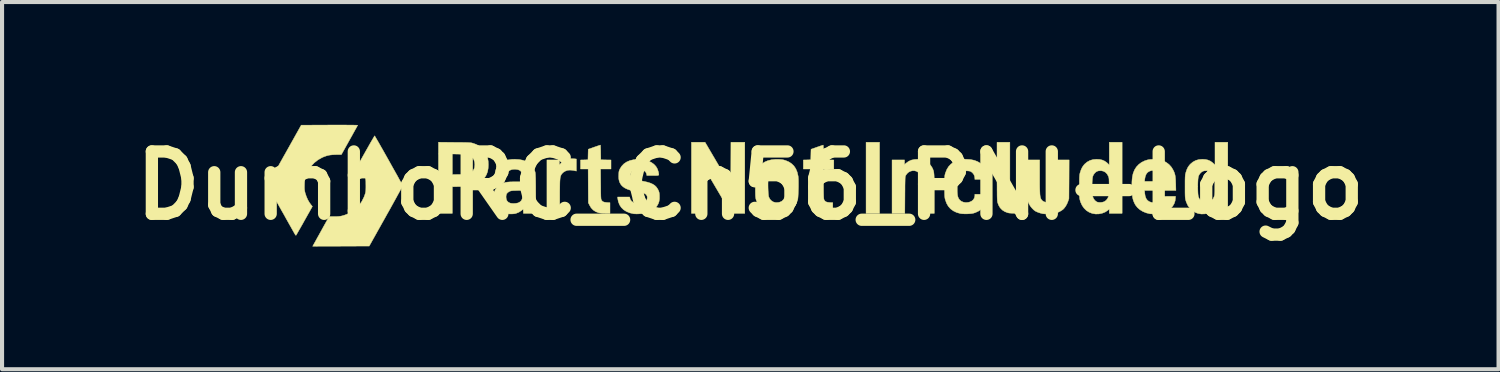
<source format=kicad_pcb>
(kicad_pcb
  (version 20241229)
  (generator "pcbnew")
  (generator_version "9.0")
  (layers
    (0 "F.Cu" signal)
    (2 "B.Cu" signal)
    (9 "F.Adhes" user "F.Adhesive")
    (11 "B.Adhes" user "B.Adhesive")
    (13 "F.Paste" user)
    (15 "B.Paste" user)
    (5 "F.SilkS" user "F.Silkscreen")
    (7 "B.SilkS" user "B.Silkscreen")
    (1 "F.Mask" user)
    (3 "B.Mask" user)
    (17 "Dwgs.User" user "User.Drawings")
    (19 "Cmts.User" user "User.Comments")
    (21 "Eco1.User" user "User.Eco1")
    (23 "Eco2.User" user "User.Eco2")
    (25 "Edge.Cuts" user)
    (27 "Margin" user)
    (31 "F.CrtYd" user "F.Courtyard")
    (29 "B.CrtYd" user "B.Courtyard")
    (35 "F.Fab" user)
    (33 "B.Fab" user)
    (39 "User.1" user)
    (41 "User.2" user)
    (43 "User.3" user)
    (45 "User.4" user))
  (footprint "DumboRC_Ch56_PNI-Logo"
    (layer "F.Cu")
    (at 15.284 1.485)
    (property "Reference" "DumboRC_Ch56_PNI-Logo" (at 0 0 0) (layer "F.SilkS") (effects (font (size 1.524 1.524) (thickness 0.3))))
    (attr through_hole)
    (fp_poly (pts (xy 3.158 0.677) (xy 2.828 0.677) (xy 2.828 -1.058) (xy 3.158 -1.058) (xy 3.158 0.677)) (stroke (width 0.01) (type solid)) (fill yes) (layer "F.SilkS"))
    (fp_poly (pts (xy -0.135 0.677) (xy -0.472 0.677) (xy -0.784 0.147) (xy -1.096 -0.383) (xy -1.099 0.147) (xy -1.101 0.677) (xy -1.439 0.677) (xy -1.439 -1.058) (xy -1.272 -1.058) (xy -1.105 -1.058) (xy -0.792 -0.525) (xy -0.478 0.008) (xy -0.476 -0.525) (xy -0.474 -1.058) (xy -0.135 -1.058) (xy -0.135 0.677)) (stroke (width 0.01) (type solid)) (fill yes) (layer "F.SilkS"))
    (fp_poly (pts (xy -4.312 -0.656) (xy -4.25 -0.65) (xy -4.25 -0.354) (xy -4.269 -0.359) (xy -4.32 -0.37) (xy -4.374 -0.377) (xy -4.424 -0.378) (xy -4.464 -0.374) (xy -4.516 -0.356) (xy -4.563 -0.329) (xy -4.599 -0.295) (xy -4.609 -0.282) (xy -4.62 -0.266) (xy -4.628 -0.25) (xy -4.635 -0.232) (xy -4.641 -0.211) (xy -4.646 -0.186) (xy -4.649 -0.155) (xy -4.652 -0.116) (xy -4.654 -0.068) (xy -4.655 -0.01) (xy -4.656 0.061) (xy -4.657 0.145) (xy -4.657 0.244) (xy -4.657 0.264) (xy -4.657 0.677) (xy -4.97 0.677) (xy -4.97 -0.627) (xy -4.665 -0.627) (xy -4.665 -0.506) (xy -4.626 -0.549) (xy -4.575 -0.594) (xy -4.513 -0.627) (xy -4.443 -0.649) (xy -4.367 -0.658) (xy -4.312 -0.656)) (stroke (width 0.01) (type solid)) (fill yes) (layer "F.SilkS"))
    (fp_poly (pts (xy 6.342 -0.375) (xy 6.342 -0.241) (xy 6.342 -0.123) (xy 6.343 -0.021) (xy 6.344 0.067) (xy 6.344 0.141) (xy 6.345 0.202) (xy 6.346 0.251) (xy 6.348 0.288) (xy 6.349 0.315) (xy 6.351 0.332) (xy 6.353 0.338) (xy 6.366 0.365) (xy 6.385 0.384) (xy 6.413 0.396) (xy 6.453 0.403) (xy 6.49 0.405) (xy 6.57 0.408) (xy 6.57 0.677) (xy 6.454 0.677) (xy 6.392 0.675) (xy 6.34 0.672) (xy 6.301 0.666) (xy 6.292 0.664) (xy 6.218 0.636) (xy 6.156 0.596) (xy 6.104 0.543) (xy 6.066 0.478) (xy 6.041 0.41) (xy 6.039 0.399) (xy 6.037 0.385) (xy 6.035 0.367) (xy 6.034 0.343) (xy 6.032 0.312) (xy 6.031 0.274) (xy 6.03 0.227) (xy 6.03 0.171) (xy 6.029 0.103) (xy 6.029 0.023) (xy 6.028 -0.07) (xy 6.028 -0.178) (xy 6.028 -0.301) (xy 6.028 -0.349) (xy 6.028 -1.058) (xy 6.342 -1.058) (xy 6.342 -0.375)) (stroke (width 0.01) (type solid)) (fill yes) (layer "F.SilkS"))
    (fp_poly (pts (xy -3.662 -0.983) (xy -3.66 -0.96) (xy -3.659 -0.925) (xy -3.657 -0.881) (xy -3.656 -0.83) (xy -3.656 -0.811) (xy -3.653 -0.631) (xy -3.528 -0.628) (xy -3.404 -0.626) (xy -3.404 -0.406) (xy -3.659 -0.406) (xy -3.656 -0.04) (xy -3.655 0.048) (xy -3.655 0.121) (xy -3.654 0.181) (xy -3.653 0.228) (xy -3.652 0.265) (xy -3.65 0.293) (xy -3.649 0.314) (xy -3.646 0.329) (xy -3.643 0.34) (xy -3.64 0.349) (xy -3.636 0.356) (xy -3.618 0.379) (xy -3.594 0.396) (xy -3.561 0.406) (xy -3.515 0.412) (xy -3.499 0.413) (xy -3.429 0.417) (xy -3.429 0.677) (xy -3.545 0.677) (xy -3.609 0.675) (xy -3.662 0.671) (xy -3.701 0.666) (xy -3.708 0.664) (xy -3.78 0.636) (xy -3.841 0.596) (xy -3.891 0.542) (xy -3.926 0.484) (xy -3.958 0.42) (xy -3.961 0.007) (xy -3.963 -0.406) (xy -4.149 -0.406) (xy -4.149 -0.626) (xy -4.058 -0.628) (xy -3.967 -0.631) (xy -3.964 -0.76) (xy -3.963 -0.804) (xy -3.962 -0.842) (xy -3.961 -0.871) (xy -3.96 -0.887) (xy -3.96 -0.889) (xy -3.951 -0.892) (xy -3.929 -0.899) (xy -3.897 -0.91) (xy -3.856 -0.925) (xy -3.814 -0.94) (xy -3.767 -0.956) (xy -3.727 -0.97) (xy -3.694 -0.981) (xy -3.672 -0.988) (xy -3.664 -0.991) (xy -3.662 -0.983)) (stroke (width 0.01) (type solid)) (fill yes) (layer "F.SilkS"))
    (fp_poly (pts (xy 1.782 -0.983) (xy 1.784 -0.96) (xy 1.786 -0.925) (xy 1.787 -0.881) (xy 1.788 -0.83) (xy 1.788 -0.811) (xy 1.791 -0.631) (xy 1.916 -0.628) (xy 2.04 -0.626) (xy 2.04 -0.406) (xy 1.785 -0.406) (xy 1.788 -0.04) (xy 1.789 0.048) (xy 1.789 0.121) (xy 1.79 0.181) (xy 1.791 0.228) (xy 1.792 0.265) (xy 1.794 0.293) (xy 1.795 0.314) (xy 1.798 0.329) (xy 1.801 0.34) (xy 1.804 0.349) (xy 1.808 0.356) (xy 1.826 0.379) (xy 1.85 0.396) (xy 1.883 0.406) (xy 1.929 0.412) (xy 1.945 0.413) (xy 2.015 0.417) (xy 2.015 0.677) (xy 1.899 0.677) (xy 1.835 0.675) (xy 1.782 0.671) (xy 1.743 0.666) (xy 1.736 0.664) (xy 1.664 0.636) (xy 1.603 0.596) (xy 1.553 0.542) (xy 1.518 0.484) (xy 1.486 0.42) (xy 1.483 0.007) (xy 1.481 -0.406) (xy 1.295 -0.406) (xy 1.295 -0.626) (xy 1.386 -0.628) (xy 1.477 -0.631) (xy 1.48 -0.76) (xy 1.481 -0.804) (xy 1.482 -0.842) (xy 1.483 -0.871) (xy 1.484 -0.887) (xy 1.485 -0.889) (xy 1.493 -0.892) (xy 1.515 -0.899) (xy 1.547 -0.91) (xy 1.588 -0.925) (xy 1.63 -0.94) (xy 1.677 -0.956) (xy 1.718 -0.97) (xy 1.75 -0.981) (xy 1.772 -0.988) (xy 1.78 -0.991) (xy 1.782 -0.983)) (stroke (width 0.01) (type solid)) (fill yes) (layer "F.SilkS"))
    (fp_poly (pts (xy 4.165 -0.638) (xy 4.239 -0.62) (xy 4.304 -0.589) (xy 4.361 -0.544) (xy 4.381 -0.524) (xy 4.407 -0.492) (xy 4.431 -0.458) (xy 4.448 -0.429) (xy 4.458 -0.408) (xy 4.466 -0.388) (xy 4.473 -0.369) (xy 4.479 -0.347) (xy 4.484 -0.322) (xy 4.487 -0.293) (xy 4.49 -0.258) (xy 4.492 -0.214) (xy 4.494 -0.162) (xy 4.495 -0.099) (xy 4.495 -0.025) (xy 4.496 0.064) (xy 4.496 0.167) (xy 4.496 0.201) (xy 4.496 0.677) (xy 4.183 0.677) (xy 4.183 0.242) (xy 4.183 0.144) (xy 4.182 0.062) (xy 4.182 -0.006) (xy 4.182 -0.061) (xy 4.181 -0.106) (xy 4.18 -0.141) (xy 4.179 -0.169) (xy 4.177 -0.19) (xy 4.175 -0.206) (xy 4.172 -0.219) (xy 4.169 -0.231) (xy 4.165 -0.24) (xy 4.139 -0.289) (xy 4.104 -0.325) (xy 4.061 -0.35) (xy 4.013 -0.363) (xy 3.964 -0.364) (xy 3.915 -0.352) (xy 3.869 -0.329) (xy 3.829 -0.293) (xy 3.799 -0.25) (xy 3.795 -0.242) (xy 3.791 -0.234) (xy 3.788 -0.224) (xy 3.786 -0.21) (xy 3.784 -0.192) (xy 3.783 -0.168) (xy 3.782 -0.136) (xy 3.781 -0.095) (xy 3.78 -0.043) (xy 3.779 0.021) (xy 3.779 0.098) (xy 3.778 0.19) (xy 3.778 0.231) (xy 3.775 0.677) (xy 3.463 0.677) (xy 3.463 -0.627) (xy 3.768 -0.627) (xy 3.768 -0.515) (xy 3.807 -0.549) (xy 3.867 -0.593) (xy 3.935 -0.623) (xy 4.012 -0.639) (xy 4.081 -0.643) (xy 4.165 -0.638)) (stroke (width 0.01) (type solid)) (fill yes) (layer "F.SilkS"))
    (fp_poly (pts (xy -7.228 -1.056) (xy -7.136 -1.055) (xy -7.06 -1.055) (xy -6.996 -1.054) (xy -6.945 -1.053) (xy -6.904 -1.052) (xy -6.871 -1.05) (xy -6.846 -1.048) (xy -6.825 -1.046) (xy -6.808 -1.043) (xy -6.793 -1.039) (xy -6.778 -1.035) (xy -6.775 -1.034) (xy -6.699 -1.007) (xy -6.635 -0.973) (xy -6.576 -0.929) (xy -6.553 -0.909) (xy -6.496 -0.844) (xy -6.453 -0.771) (xy -6.422 -0.689) (xy -6.405 -0.597) (xy -6.401 -0.512) (xy -6.406 -0.421) (xy -6.42 -0.342) (xy -6.446 -0.271) (xy -6.483 -0.206) (xy -6.534 -0.145) (xy -6.544 -0.135) (xy -6.596 -0.088) (xy -6.649 -0.052) (xy -6.709 -0.024) (xy -6.779 -0.001) (xy -6.786 0.001) (xy -6.81 0.007) (xy -6.836 0.011) (xy -6.865 0.015) (xy -6.9 0.018) (xy -6.945 0.02) (xy -7.001 0.022) (xy -7.068 0.023) (xy -7.281 0.028) (xy -7.281 0.677) (xy -7.62 0.677) (xy -7.62 -0.27) (xy -7.281 -0.27) (xy -7.093 -0.272) (xy -6.905 -0.275) (xy -6.854 -0.301) (xy -6.803 -0.334) (xy -6.767 -0.376) (xy -6.743 -0.428) (xy -6.739 -0.446) (xy -6.732 -0.514) (xy -6.739 -0.578) (xy -6.758 -0.636) (xy -6.79 -0.686) (xy -6.832 -0.725) (xy -6.868 -0.745) (xy -6.884 -0.752) (xy -6.9 -0.757) (xy -6.919 -0.761) (xy -6.944 -0.763) (xy -6.976 -0.765) (xy -7.019 -0.767) (xy -7.076 -0.768) (xy -7.097 -0.769) (xy -7.281 -0.773) (xy -7.281 -0.27) (xy -7.62 -0.27) (xy -7.62 -1.06) (xy -7.228 -1.056)) (stroke (width 0.01) (type solid)) (fill yes) (layer "F.SilkS"))
    (fp_poly (pts (xy 7.07 -0.214) (xy 7.07 -0.109) (xy 7.07 -0.02) (xy 7.071 0.056) (xy 7.073 0.119) (xy 7.075 0.17) (xy 7.077 0.213) (xy 7.081 0.247) (xy 7.085 0.275) (xy 7.091 0.297) (xy 7.098 0.316) (xy 7.106 0.332) (xy 7.113 0.344) (xy 7.141 0.374) (xy 7.181 0.396) (xy 7.229 0.41) (xy 7.282 0.414) (xy 7.336 0.407) (xy 7.35 0.404) (xy 7.396 0.384) (xy 7.43 0.353) (xy 7.455 0.309) (xy 7.457 0.305) (xy 7.46 0.295) (xy 7.463 0.283) (xy 7.465 0.268) (xy 7.467 0.248) (xy 7.469 0.221) (xy 7.47 0.187) (xy 7.471 0.143) (xy 7.472 0.088) (xy 7.473 0.021) (xy 7.473 -0.059) (xy 7.474 -0.155) (xy 7.474 -0.18) (xy 7.477 -0.627) (xy 7.79 -0.627) (xy 7.788 -0.155) (xy 7.785 0.318) (xy 7.762 0.387) (xy 7.738 0.445) (xy 7.707 0.501) (xy 7.673 0.548) (xy 7.639 0.584) (xy 7.592 0.616) (xy 7.536 0.646) (xy 7.478 0.669) (xy 7.463 0.673) (xy 7.43 0.679) (xy 7.385 0.685) (xy 7.332 0.688) (xy 7.277 0.691) (xy 7.223 0.691) (xy 7.177 0.69) (xy 7.142 0.686) (xy 7.142 0.686) (xy 7.09 0.673) (xy 7.036 0.656) (xy 6.987 0.635) (xy 6.964 0.623) (xy 6.926 0.595) (xy 6.887 0.556) (xy 6.85 0.512) (xy 6.821 0.468) (xy 6.817 0.46) (xy 6.806 0.437) (xy 6.796 0.417) (xy 6.788 0.397) (xy 6.781 0.377) (xy 6.776 0.354) (xy 6.771 0.327) (xy 6.768 0.295) (xy 6.765 0.256) (xy 6.763 0.209) (xy 6.762 0.152) (xy 6.761 0.083) (xy 6.76 0.001) (xy 6.759 -0.095) (xy 6.759 -0.159) (xy 6.755 -0.627) (xy 7.07 -0.627) (xy 7.07 -0.214)) (stroke (width 0.01) (type solid)) (fill yes) (layer "F.SilkS"))
    (fp_poly (pts (xy -9.97 -1.48) (xy -9.881 -1.48) (xy -9.802 -1.479) (xy -9.734 -1.479) (xy -9.679 -1.478) (xy -9.636 -1.477) (xy -9.608 -1.476) (xy -9.595 -1.475) (xy -9.594 -1.474) (xy -9.599 -1.466) (xy -9.611 -1.444) (xy -9.629 -1.41) (xy -9.654 -1.366) (xy -9.683 -1.313) (xy -9.717 -1.252) (xy -9.754 -1.185) (xy -9.794 -1.114) (xy -9.795 -1.112) (xy -9.993 -0.757) (xy -10.117 -0.757) (xy -10.202 -0.754) (xy -10.276 -0.746) (xy -10.344 -0.731) (xy -10.411 -0.708) (xy -10.469 -0.683) (xy -10.567 -0.627) (xy -10.654 -0.558) (xy -10.73 -0.477) (xy -10.794 -0.386) (xy -10.844 -0.283) (xy -10.864 -0.229) (xy -10.875 -0.194) (xy -10.883 -0.164) (xy -10.888 -0.134) (xy -10.891 -0.099) (xy -10.893 -0.054) (xy -10.894 -0.025) (xy -10.895 0.026) (xy -10.895 0.064) (xy -10.893 0.096) (xy -10.889 0.125) (xy -10.883 0.156) (xy -10.877 0.18) (xy -10.849 0.265) (xy -10.813 0.347) (xy -10.77 0.42) (xy -10.743 0.457) (xy -10.701 0.51) (xy -10.897 0.858) (xy -10.936 0.929) (xy -10.974 0.995) (xy -11.008 1.055) (xy -11.038 1.107) (xy -11.063 1.151) (xy -11.082 1.184) (xy -11.095 1.206) (xy -11.1 1.214) (xy -11.109 1.213) (xy -11.119 1.201) (xy -11.125 1.191) (xy -11.139 1.167) (xy -11.16 1.13) (xy -11.187 1.082) (xy -11.219 1.025) (xy -11.257 0.958) (xy -11.299 0.883) (xy -11.345 0.801) (xy -11.393 0.714) (xy -11.445 0.623) (xy -11.464 0.589) (xy -11.796 -0.003) (xy -11.783 -0.029) (xy -11.777 -0.04) (xy -11.764 -0.065) (xy -11.743 -0.102) (xy -11.716 -0.151) (xy -11.683 -0.211) (xy -11.644 -0.28) (xy -11.601 -0.357) (xy -11.554 -0.442) (xy -11.503 -0.533) (xy -11.449 -0.629) (xy -11.393 -0.73) (xy -11.372 -0.766) (xy -10.974 -1.477) (xy -10.283 -1.48) (xy -10.171 -1.48) (xy -10.067 -1.48) (xy -9.97 -1.48)) (stroke (width 0.01) (type solid)) (fill yes) (layer "F.SilkS"))
    (fp_poly (pts (xy -9.175 -1.21) (xy -9.163 -1.19) (xy -9.144 -1.157) (xy -9.119 -1.114) (xy -9.088 -1.061) (xy -9.053 -1) (xy -9.015 -0.932) (xy -8.973 -0.859) (xy -8.929 -0.781) (xy -8.884 -0.701) (xy -8.838 -0.619) (xy -8.792 -0.537) (xy -8.747 -0.456) (xy -8.703 -0.378) (xy -8.661 -0.303) (xy -8.622 -0.234) (xy -8.587 -0.17) (xy -8.557 -0.115) (xy -8.531 -0.069) (xy -8.512 -0.033) (xy -8.499 -0.009) (xy -8.494 0.002) (xy -8.494 0.002) (xy -8.498 0.011) (xy -8.509 0.033) (xy -8.528 0.068) (xy -8.553 0.115) (xy -8.585 0.173) (xy -8.622 0.24) (xy -8.664 0.317) (xy -8.71 0.4) (xy -8.76 0.491) (xy -8.813 0.587) (xy -8.87 0.687) (xy -8.902 0.745) (xy -9.312 1.477) (xy -10.003 1.48) (xy -10.694 1.482) (xy -10.662 1.424) (xy -10.651 1.404) (xy -10.632 1.371) (xy -10.608 1.327) (xy -10.579 1.274) (xy -10.546 1.215) (xy -10.51 1.15) (xy -10.472 1.082) (xy -10.461 1.061) (xy -10.291 0.756) (xy -10.168 0.756) (xy -10.112 0.756) (xy -10.068 0.754) (xy -10.03 0.75) (xy -9.994 0.744) (xy -9.971 0.738) (xy -9.91 0.72) (xy -9.845 0.695) (xy -9.783 0.666) (xy -9.729 0.636) (xy -9.717 0.628) (xy -9.631 0.559) (xy -9.556 0.477) (xy -9.492 0.384) (xy -9.441 0.282) (xy -9.418 0.22) (xy -9.409 0.193) (xy -9.403 0.169) (xy -9.399 0.146) (xy -9.396 0.119) (xy -9.395 0.085) (xy -9.394 0.04) (xy -9.394 0) (xy -9.395 -0.055) (xy -9.395 -0.096) (xy -9.397 -0.128) (xy -9.4 -0.153) (xy -9.405 -0.176) (xy -9.412 -0.201) (xy -9.418 -0.22) (xy -9.451 -0.305) (xy -9.494 -0.387) (xy -9.542 -0.46) (xy -9.545 -0.464) (xy -9.582 -0.512) (xy -9.384 -0.864) (xy -9.344 -0.934) (xy -9.307 -1) (xy -9.273 -1.06) (xy -9.242 -1.112) (xy -9.217 -1.155) (xy -9.198 -1.188) (xy -9.185 -1.209) (xy -9.18 -1.217) (xy -9.18 -1.217) (xy -9.175 -1.21)) (stroke (width 0.01) (type solid)) (fill yes) (layer "F.SilkS"))
    (fp_poly (pts (xy 9.085 0.677) (xy 8.771 0.677) (xy 8.771 0.575) (xy 8.735 0.604) (xy 8.67 0.647) (xy 8.596 0.676) (xy 8.517 0.692) (xy 8.436 0.694) (xy 8.358 0.681) (xy 8.281 0.652) (xy 8.213 0.609) (xy 8.155 0.552) (xy 8.107 0.484) (xy 8.07 0.404) (xy 8.054 0.351) (xy 8.05 0.332) (xy 8.046 0.311) (xy 8.044 0.287) (xy 8.042 0.256) (xy 8.041 0.217) (xy 8.04 0.168) (xy 8.04 0.106) (xy 8.04 0.03) (xy 8.04 0.028) (xy 8.351 0.028) (xy 8.351 0.091) (xy 8.354 0.151) (xy 8.357 0.204) (xy 8.362 0.247) (xy 8.368 0.274) (xy 8.39 0.323) (xy 8.421 0.364) (xy 8.46 0.394) (xy 8.479 0.403) (xy 8.52 0.411) (xy 8.568 0.411) (xy 8.616 0.403) (xy 8.65 0.391) (xy 8.694 0.36) (xy 8.729 0.316) (xy 8.753 0.263) (xy 8.753 0.262) (xy 8.758 0.244) (xy 8.761 0.223) (xy 8.764 0.196) (xy 8.766 0.161) (xy 8.767 0.116) (xy 8.767 0.058) (xy 8.767 0.017) (xy 8.767 -0.047) (xy 8.766 -0.096) (xy 8.765 -0.134) (xy 8.764 -0.162) (xy 8.761 -0.184) (xy 8.758 -0.201) (xy 8.753 -0.217) (xy 8.748 -0.229) (xy 8.718 -0.283) (xy 8.679 -0.324) (xy 8.63 -0.351) (xy 8.575 -0.364) (xy 8.515 -0.361) (xy 8.488 -0.355) (xy 8.449 -0.336) (xy 8.413 -0.303) (xy 8.384 -0.262) (xy 8.368 -0.224) (xy 8.362 -0.194) (xy 8.357 -0.15) (xy 8.353 -0.096) (xy 8.351 -0.036) (xy 8.351 0.028) (xy 8.04 0.028) (xy 8.04 0.021) (xy 8.04 -0.055) (xy 8.04 -0.116) (xy 8.041 -0.164) (xy 8.042 -0.203) (xy 8.044 -0.233) (xy 8.046 -0.257) (xy 8.049 -0.278) (xy 8.053 -0.297) (xy 8.058 -0.316) (xy 8.059 -0.318) (xy 8.082 -0.388) (xy 8.11 -0.447) (xy 8.145 -0.497) (xy 8.17 -0.526) (xy 8.231 -0.577) (xy 8.299 -0.614) (xy 8.375 -0.636) (xy 8.459 -0.643) (xy 8.462 -0.643) (xy 8.536 -0.639) (xy 8.599 -0.625) (xy 8.654 -0.601) (xy 8.707 -0.565) (xy 8.726 -0.548) (xy 8.771 -0.506) (xy 8.771 -1.058) (xy 9.085 -1.058) (xy 9.085 0.677)) (stroke (width 0.01) (type solid)) (fill yes) (layer "F.SilkS"))
    (fp_poly (pts (xy 11.667 0.677) (xy 11.354 0.677) (xy 11.354 0.575) (xy 11.318 0.604) (xy 11.252 0.647) (xy 11.178 0.676) (xy 11.099 0.692) (xy 11.018 0.694) (xy 10.94 0.681) (xy 10.863 0.652) (xy 10.795 0.609) (xy 10.737 0.552) (xy 10.689 0.484) (xy 10.653 0.404) (xy 10.636 0.351) (xy 10.632 0.332) (xy 10.629 0.311) (xy 10.626 0.287) (xy 10.624 0.256) (xy 10.623 0.217) (xy 10.622 0.168) (xy 10.622 0.106) (xy 10.622 0.03) (xy 10.622 0.028) (xy 10.933 0.028) (xy 10.934 0.091) (xy 10.936 0.151) (xy 10.939 0.204) (xy 10.944 0.247) (xy 10.95 0.274) (xy 10.972 0.323) (xy 11.004 0.364) (xy 11.042 0.394) (xy 11.062 0.403) (xy 11.103 0.411) (xy 11.151 0.411) (xy 11.198 0.403) (xy 11.233 0.391) (xy 11.276 0.36) (xy 11.311 0.316) (xy 11.335 0.263) (xy 11.335 0.262) (xy 11.34 0.244) (xy 11.344 0.223) (xy 11.346 0.196) (xy 11.348 0.161) (xy 11.349 0.116) (xy 11.349 0.058) (xy 11.349 0.017) (xy 11.349 -0.047) (xy 11.349 -0.096) (xy 11.348 -0.134) (xy 11.346 -0.162) (xy 11.344 -0.184) (xy 11.34 -0.201) (xy 11.335 -0.217) (xy 11.33 -0.229) (xy 11.301 -0.283) (xy 11.261 -0.324) (xy 11.213 -0.351) (xy 11.158 -0.364) (xy 11.097 -0.361) (xy 11.07 -0.355) (xy 11.031 -0.336) (xy 10.995 -0.303) (xy 10.966 -0.262) (xy 10.95 -0.224) (xy 10.944 -0.194) (xy 10.939 -0.15) (xy 10.936 -0.096) (xy 10.934 -0.036) (xy 10.933 0.028) (xy 10.622 0.028) (xy 10.622 0.021) (xy 10.622 -0.055) (xy 10.622 -0.116) (xy 10.623 -0.164) (xy 10.624 -0.203) (xy 10.626 -0.233) (xy 10.628 -0.257) (xy 10.631 -0.278) (xy 10.636 -0.297) (xy 10.641 -0.316) (xy 10.641 -0.318) (xy 10.664 -0.388) (xy 10.692 -0.447) (xy 10.727 -0.497) (xy 10.753 -0.526) (xy 10.814 -0.577) (xy 10.882 -0.614) (xy 10.957 -0.636) (xy 11.042 -0.643) (xy 11.045 -0.643) (xy 11.119 -0.639) (xy 11.181 -0.625) (xy 11.237 -0.601) (xy 11.289 -0.565) (xy 11.308 -0.548) (xy 11.354 -0.506) (xy 11.354 -1.058) (xy 11.667 -1.058) (xy 11.667 0.677)) (stroke (width 0.01) (type solid)) (fill yes) (layer "F.SilkS"))
    (fp_poly (pts (xy 5.379 -0.637) (xy 5.472 -0.618) (xy 5.555 -0.586) (xy 5.625 -0.542) (xy 5.663 -0.509) (xy 5.707 -0.458) (xy 5.741 -0.404) (xy 5.765 -0.342) (xy 5.781 -0.269) (xy 5.787 -0.217) (xy 5.793 -0.152) (xy 5.486 -0.152) (xy 5.486 -0.181) (xy 5.478 -0.233) (xy 5.456 -0.28) (xy 5.421 -0.32) (xy 5.391 -0.341) (xy 5.369 -0.351) (xy 5.346 -0.356) (xy 5.316 -0.359) (xy 5.279 -0.36) (xy 5.222 -0.356) (xy 5.177 -0.346) (xy 5.142 -0.326) (xy 5.112 -0.296) (xy 5.11 -0.294) (xy 5.095 -0.272) (xy 5.083 -0.251) (xy 5.074 -0.227) (xy 5.068 -0.198) (xy 5.063 -0.162) (xy 5.06 -0.116) (xy 5.058 -0.057) (xy 5.057 -0.005) (xy 5.056 0.073) (xy 5.056 0.137) (xy 5.059 0.189) (xy 5.063 0.231) (xy 5.07 0.265) (xy 5.08 0.294) (xy 5.089 0.314) (xy 5.119 0.355) (xy 5.16 0.386) (xy 5.21 0.406) (xy 5.267 0.414) (xy 5.327 0.409) (xy 5.357 0.402) (xy 5.407 0.38) (xy 5.446 0.347) (xy 5.473 0.305) (xy 5.485 0.257) (xy 5.486 0.243) (xy 5.486 0.212) (xy 5.793 0.212) (xy 5.787 0.269) (xy 5.777 0.341) (xy 5.762 0.4) (xy 5.74 0.453) (xy 5.71 0.502) (xy 5.7 0.515) (xy 5.645 0.575) (xy 5.577 0.623) (xy 5.498 0.66) (xy 5.454 0.674) (xy 5.416 0.682) (xy 5.366 0.687) (xy 5.309 0.69) (xy 5.251 0.691) (xy 5.196 0.689) (xy 5.15 0.685) (xy 5.131 0.682) (xy 5.039 0.656) (xy 4.961 0.618) (xy 4.894 0.569) (xy 4.839 0.508) (xy 4.796 0.434) (xy 4.765 0.348) (xy 4.761 0.334) (xy 4.756 0.314) (xy 4.753 0.293) (xy 4.75 0.268) (xy 4.748 0.236) (xy 4.747 0.196) (xy 4.746 0.144) (xy 4.746 0.08) (xy 4.746 0.017) (xy 4.746 -0.056) (xy 4.746 -0.115) (xy 4.747 -0.161) (xy 4.748 -0.197) (xy 4.75 -0.225) (xy 4.752 -0.247) (xy 4.756 -0.267) (xy 4.76 -0.285) (xy 4.766 -0.304) (xy 4.768 -0.31) (xy 4.802 -0.395) (xy 4.847 -0.468) (xy 4.905 -0.528) (xy 4.973 -0.576) (xy 5.053 -0.611) (xy 5.144 -0.633) (xy 5.246 -0.643) (xy 5.275 -0.643) (xy 5.379 -0.637)) (stroke (width 0.01) (type solid)) (fill yes) (layer "F.SilkS"))
    (fp_poly (pts (xy 9.903 -0.642) (xy 9.965 -0.637) (xy 10.003 -0.631) (xy 10.088 -0.605) (xy 10.165 -0.566) (xy 10.232 -0.515) (xy 10.288 -0.453) (xy 10.329 -0.386) (xy 10.349 -0.345) (xy 10.364 -0.308) (xy 10.375 -0.271) (xy 10.383 -0.233) (xy 10.388 -0.188) (xy 10.392 -0.134) (xy 10.394 -0.067) (xy 10.395 -0.049) (xy 10.399 0.119) (xy 9.633 0.119) (xy 9.638 0.187) (xy 9.649 0.257) (xy 9.67 0.314) (xy 9.702 0.358) (xy 9.745 0.39) (xy 9.799 0.41) (xy 9.867 0.418) (xy 9.885 0.418) (xy 9.926 0.418) (xy 9.955 0.415) (xy 9.978 0.408) (xy 9.996 0.4) (xy 10.031 0.376) (xy 10.06 0.346) (xy 10.078 0.315) (xy 10.08 0.306) (xy 10.085 0.285) (xy 10.088 0.273) (xy 10.094 0.269) (xy 10.11 0.266) (xy 10.137 0.264) (xy 10.178 0.263) (xy 10.233 0.262) (xy 10.24 0.262) (xy 10.389 0.262) (xy 10.389 0.299) (xy 10.38 0.372) (xy 10.357 0.441) (xy 10.319 0.505) (xy 10.268 0.562) (xy 10.206 0.611) (xy 10.134 0.649) (xy 10.063 0.674) (xy 10.034 0.679) (xy 9.993 0.684) (xy 9.945 0.688) (xy 9.893 0.69) (xy 9.844 0.692) (xy 9.801 0.691) (xy 9.77 0.689) (xy 9.766 0.689) (xy 9.676 0.667) (xy 9.594 0.634) (xy 9.52 0.589) (xy 9.458 0.535) (xy 9.409 0.472) (xy 9.392 0.44) (xy 9.372 0.397) (xy 9.356 0.354) (xy 9.344 0.309) (xy 9.335 0.259) (xy 9.33 0.2) (xy 9.326 0.13) (xy 9.324 0.076) (xy 9.323 -0.017) (xy 9.324 -0.095) (xy 9.325 -0.102) (xy 9.633 -0.102) (xy 10.086 -0.102) (xy 10.081 -0.161) (xy 10.073 -0.211) (xy 10.058 -0.259) (xy 10.039 -0.299) (xy 10.026 -0.316) (xy 9.995 -0.341) (xy 9.952 -0.359) (xy 9.902 -0.37) (xy 9.867 -0.372) (xy 9.801 -0.367) (xy 9.747 -0.349) (xy 9.704 -0.32) (xy 9.672 -0.277) (xy 9.65 -0.221) (xy 9.638 -0.156) (xy 9.633 -0.102) (xy 9.325 -0.102) (xy 9.329 -0.162) (xy 9.337 -0.221) (xy 9.348 -0.275) (xy 9.356 -0.305) (xy 9.388 -0.385) (xy 9.434 -0.457) (xy 9.493 -0.519) (xy 9.562 -0.57) (xy 9.641 -0.608) (xy 9.716 -0.631) (xy 9.771 -0.639) (xy 9.836 -0.642) (xy 9.903 -0.642)) (stroke (width 0.01) (type solid)) (fill yes) (layer "F.SilkS"))
    (fp_poly (pts (xy -5.648 -0.637) (xy -5.554 -0.619) (xy -5.472 -0.589) (xy -5.402 -0.547) (xy -5.344 -0.493) (xy -5.298 -0.427) (xy -5.264 -0.349) (xy -5.259 -0.336) (xy -5.257 -0.324) (xy -5.254 -0.309) (xy -5.252 -0.289) (xy -5.25 -0.262) (xy -5.249 -0.228) (xy -5.247 -0.185) (xy -5.246 -0.132) (xy -5.245 -0.066) (xy -5.244 0.012) (xy -5.244 0.105) (xy -5.243 0.193) (xy -5.24 0.677) (xy -5.545 0.677) (xy -5.547 0.627) (xy -5.55 0.576) (xy -5.588 0.606) (xy -5.656 0.651) (xy -5.726 0.679) (xy -5.747 0.685) (xy -5.795 0.691) (xy -5.852 0.693) (xy -5.911 0.691) (xy -5.965 0.685) (xy -5.984 0.681) (xy -6.057 0.658) (xy -6.122 0.621) (xy -6.178 0.572) (xy -6.223 0.514) (xy -6.253 0.447) (xy -6.264 0.411) (xy -6.276 0.321) (xy -6.275 0.277) (xy -5.969 0.277) (xy -5.963 0.331) (xy -5.945 0.373) (xy -5.915 0.404) (xy -5.871 0.427) (xy -5.866 0.428) (xy -5.829 0.435) (xy -5.784 0.437) (xy -5.735 0.434) (xy -5.692 0.427) (xy -5.668 0.42) (xy -5.629 0.398) (xy -5.599 0.37) (xy -5.578 0.332) (xy -5.564 0.283) (xy -5.557 0.221) (xy -5.556 0.204) (xy -5.552 0.116) (xy -5.7 0.12) (xy -5.754 0.122) (xy -5.795 0.123) (xy -5.824 0.126) (xy -5.847 0.129) (xy -5.864 0.134) (xy -5.88 0.14) (xy -5.889 0.144) (xy -5.928 0.17) (xy -5.954 0.2) (xy -5.966 0.24) (xy -5.969 0.277) (xy -6.275 0.277) (xy -6.275 0.237) (xy -6.259 0.161) (xy -6.23 0.093) (xy -6.187 0.034) (xy -6.132 -0.015) (xy -6.097 -0.037) (xy -6.061 -0.054) (xy -6.024 -0.068) (xy -5.984 -0.078) (xy -5.937 -0.085) (xy -5.882 -0.09) (xy -5.814 -0.092) (xy -5.738 -0.093) (xy -5.552 -0.093) (xy -5.556 -0.181) (xy -5.563 -0.249) (xy -5.578 -0.304) (xy -5.602 -0.345) (xy -5.636 -0.374) (xy -5.681 -0.391) (xy -5.739 -0.399) (xy -5.768 -0.4) (xy -5.827 -0.393) (xy -5.875 -0.374) (xy -5.913 -0.345) (xy -5.938 -0.305) (xy -5.948 -0.271) (xy -5.954 -0.237) (xy -6.242 -0.237) (xy -6.237 -0.302) (xy -6.225 -0.372) (xy -6.199 -0.435) (xy -6.157 -0.492) (xy -6.13 -0.52) (xy -6.068 -0.567) (xy -5.997 -0.603) (xy -5.918 -0.628) (xy -5.827 -0.641) (xy -5.753 -0.643) (xy -5.648 -0.637)) (stroke (width 0.01) (type solid)) (fill yes) (layer "F.SilkS"))
    (fp_poly (pts (xy 0.685 -0.642) (xy 0.738 -0.639) (xy 0.778 -0.635) (xy 0.813 -0.628) (xy 0.847 -0.618) (xy 0.858 -0.615) (xy 0.941 -0.58) (xy 1.01 -0.534) (xy 1.067 -0.478) (xy 1.112 -0.41) (xy 1.145 -0.331) (xy 1.167 -0.239) (xy 1.169 -0.229) (xy 1.172 -0.196) (xy 1.175 -0.15) (xy 1.176 -0.095) (xy 1.176 -0.033) (xy 1.176 0.033) (xy 1.174 0.1) (xy 1.172 0.165) (xy 1.169 0.225) (xy 1.166 0.277) (xy 1.162 0.319) (xy 1.157 0.348) (xy 1.156 0.351) (xy 1.124 0.435) (xy 1.078 0.509) (xy 1.021 0.572) (xy 0.952 0.623) (xy 0.874 0.66) (xy 0.834 0.673) (xy 0.794 0.681) (xy 0.742 0.687) (xy 0.683 0.69) (xy 0.624 0.691) (xy 0.568 0.689) (xy 0.522 0.685) (xy 0.508 0.682) (xy 0.417 0.656) (xy 0.338 0.618) (xy 0.271 0.569) (xy 0.216 0.508) (xy 0.173 0.434) (xy 0.142 0.349) (xy 0.138 0.334) (xy 0.133 0.314) (xy 0.13 0.293) (xy 0.127 0.268) (xy 0.125 0.236) (xy 0.124 0.196) (xy 0.123 0.144) (xy 0.123 0.08) (xy 0.123 0.017) (xy 0.123 0.001) (xy 0.432 0.001) (xy 0.433 0.06) (xy 0.435 0.118) (xy 0.438 0.172) (xy 0.442 0.219) (xy 0.446 0.256) (xy 0.452 0.279) (xy 0.452 0.279) (xy 0.48 0.333) (xy 0.519 0.373) (xy 0.566 0.401) (xy 0.621 0.414) (xy 0.682 0.412) (xy 0.725 0.402) (xy 0.771 0.38) (xy 0.809 0.343) (xy 0.84 0.292) (xy 0.846 0.279) (xy 0.85 0.265) (xy 0.854 0.25) (xy 0.856 0.23) (xy 0.858 0.204) (xy 0.859 0.169) (xy 0.859 0.122) (xy 0.859 0.062) (xy 0.859 0.03) (xy 0.859 -0.048) (xy 0.858 -0.11) (xy 0.856 -0.16) (xy 0.852 -0.199) (xy 0.846 -0.23) (xy 0.838 -0.254) (xy 0.827 -0.275) (xy 0.813 -0.293) (xy 0.803 -0.304) (xy 0.768 -0.333) (xy 0.731 -0.351) (xy 0.686 -0.361) (xy 0.672 -0.362) (xy 0.607 -0.361) (xy 0.553 -0.346) (xy 0.508 -0.317) (xy 0.474 -0.274) (xy 0.45 -0.218) (xy 0.44 -0.181) (xy 0.436 -0.15) (xy 0.434 -0.108) (xy 0.432 -0.056) (xy 0.432 0.001) (xy 0.123 0.001) (xy 0.123 -0.056) (xy 0.124 -0.115) (xy 0.124 -0.161) (xy 0.125 -0.197) (xy 0.127 -0.225) (xy 0.129 -0.247) (xy 0.133 -0.267) (xy 0.137 -0.285) (xy 0.143 -0.304) (xy 0.145 -0.31) (xy 0.179 -0.396) (xy 0.224 -0.468) (xy 0.281 -0.528) (xy 0.349 -0.576) (xy 0.428 -0.61) (xy 0.519 -0.632) (xy 0.62 -0.642) (xy 0.685 -0.642)) (stroke (width 0.01) (type solid)) (fill yes) (layer "F.SilkS"))
    (fp_poly (pts (xy -2.665 -0.64) (xy -2.573 -0.626) (xy -2.49 -0.601) (xy -2.417 -0.566) (xy -2.355 -0.521) (xy -2.305 -0.467) (xy -2.269 -0.405) (xy -2.246 -0.334) (xy -2.244 -0.327) (xy -2.239 -0.298) (xy -2.236 -0.276) (xy -2.237 -0.262) (xy -2.245 -0.253) (xy -2.261 -0.248) (xy -2.288 -0.246) (xy -2.328 -0.245) (xy -2.382 -0.246) (xy -2.529 -0.246) (xy -2.535 -0.281) (xy -2.55 -0.32) (xy -2.579 -0.352) (xy -2.622 -0.377) (xy -2.646 -0.386) (xy -2.698 -0.395) (xy -2.753 -0.396) (xy -2.805 -0.388) (xy -2.851 -0.373) (xy -2.887 -0.351) (xy -2.897 -0.342) (xy -2.917 -0.307) (xy -2.925 -0.266) (xy -2.922 -0.231) (xy -2.912 -0.204) (xy -2.897 -0.182) (xy -2.875 -0.165) (xy -2.843 -0.151) (xy -2.801 -0.138) (xy -2.745 -0.127) (xy -2.692 -0.119) (xy -2.594 -0.102) (xy -2.511 -0.083) (xy -2.442 -0.061) (xy -2.384 -0.035) (xy -2.337 -0.005) (xy -2.299 0.032) (xy -2.268 0.075) (xy -2.249 0.11) (xy -2.236 0.14) (xy -2.228 0.168) (xy -2.223 0.198) (xy -2.22 0.239) (xy -2.22 0.247) (xy -2.22 0.323) (xy -2.23 0.388) (xy -2.25 0.445) (xy -2.281 0.498) (xy -2.318 0.543) (xy -2.366 0.585) (xy -2.425 0.623) (xy -2.493 0.654) (xy -2.553 0.674) (xy -2.581 0.679) (xy -2.622 0.684) (xy -2.671 0.687) (xy -2.722 0.69) (xy -2.771 0.692) (xy -2.814 0.691) (xy -2.845 0.689) (xy -2.849 0.689) (xy -2.944 0.667) (xy -3.026 0.634) (xy -3.095 0.591) (xy -3.151 0.537) (xy -3.194 0.472) (xy -3.224 0.397) (xy -3.239 0.324) (xy -3.244 0.279) (xy -2.948 0.279) (xy -2.942 0.307) (xy -2.926 0.35) (xy -2.898 0.384) (xy -2.856 0.412) (xy -2.855 0.412) (xy -2.829 0.424) (xy -2.807 0.431) (xy -2.781 0.435) (xy -2.746 0.436) (xy -2.726 0.436) (xy -2.685 0.435) (xy -2.655 0.432) (xy -2.631 0.427) (xy -2.605 0.417) (xy -2.597 0.413) (xy -2.568 0.398) (xy -2.55 0.383) (xy -2.537 0.364) (xy -2.53 0.351) (xy -2.518 0.305) (xy -2.521 0.263) (xy -2.538 0.229) (xy -2.556 0.21) (xy -2.583 0.194) (xy -2.619 0.179) (xy -2.667 0.166) (xy -2.73 0.153) (xy -2.76 0.148) (xy -2.859 0.13) (xy -2.942 0.109) (xy -3.011 0.085) (xy -3.067 0.058) (xy -3.113 0.026) (xy -3.15 -0.01) (xy -3.164 -0.029) (xy -3.188 -0.07) (xy -3.204 -0.112) (xy -3.214 -0.161) (xy -3.217 -0.22) (xy -3.216 -0.257) (xy -3.214 -0.3) (xy -3.212 -0.332) (xy -3.207 -0.356) (xy -3.199 -0.379) (xy -3.187 -0.405) (xy -3.186 -0.408) (xy -3.143 -0.476) (xy -3.088 -0.533) (xy -3.021 -0.578) (xy -2.942 -0.612) (xy -2.852 -0.633) (xy -2.764 -0.641) (xy -2.665 -0.64)) (stroke (width 0.01) (type solid)) (fill yes) (layer "F.SilkS")))
  (gr_rect
    (start -3 -3)
    (end 33.567 5.972)
    (stroke (width 0.1) (type default))
    (fill no)
    (layer "Edge.Cuts")))
</source>
